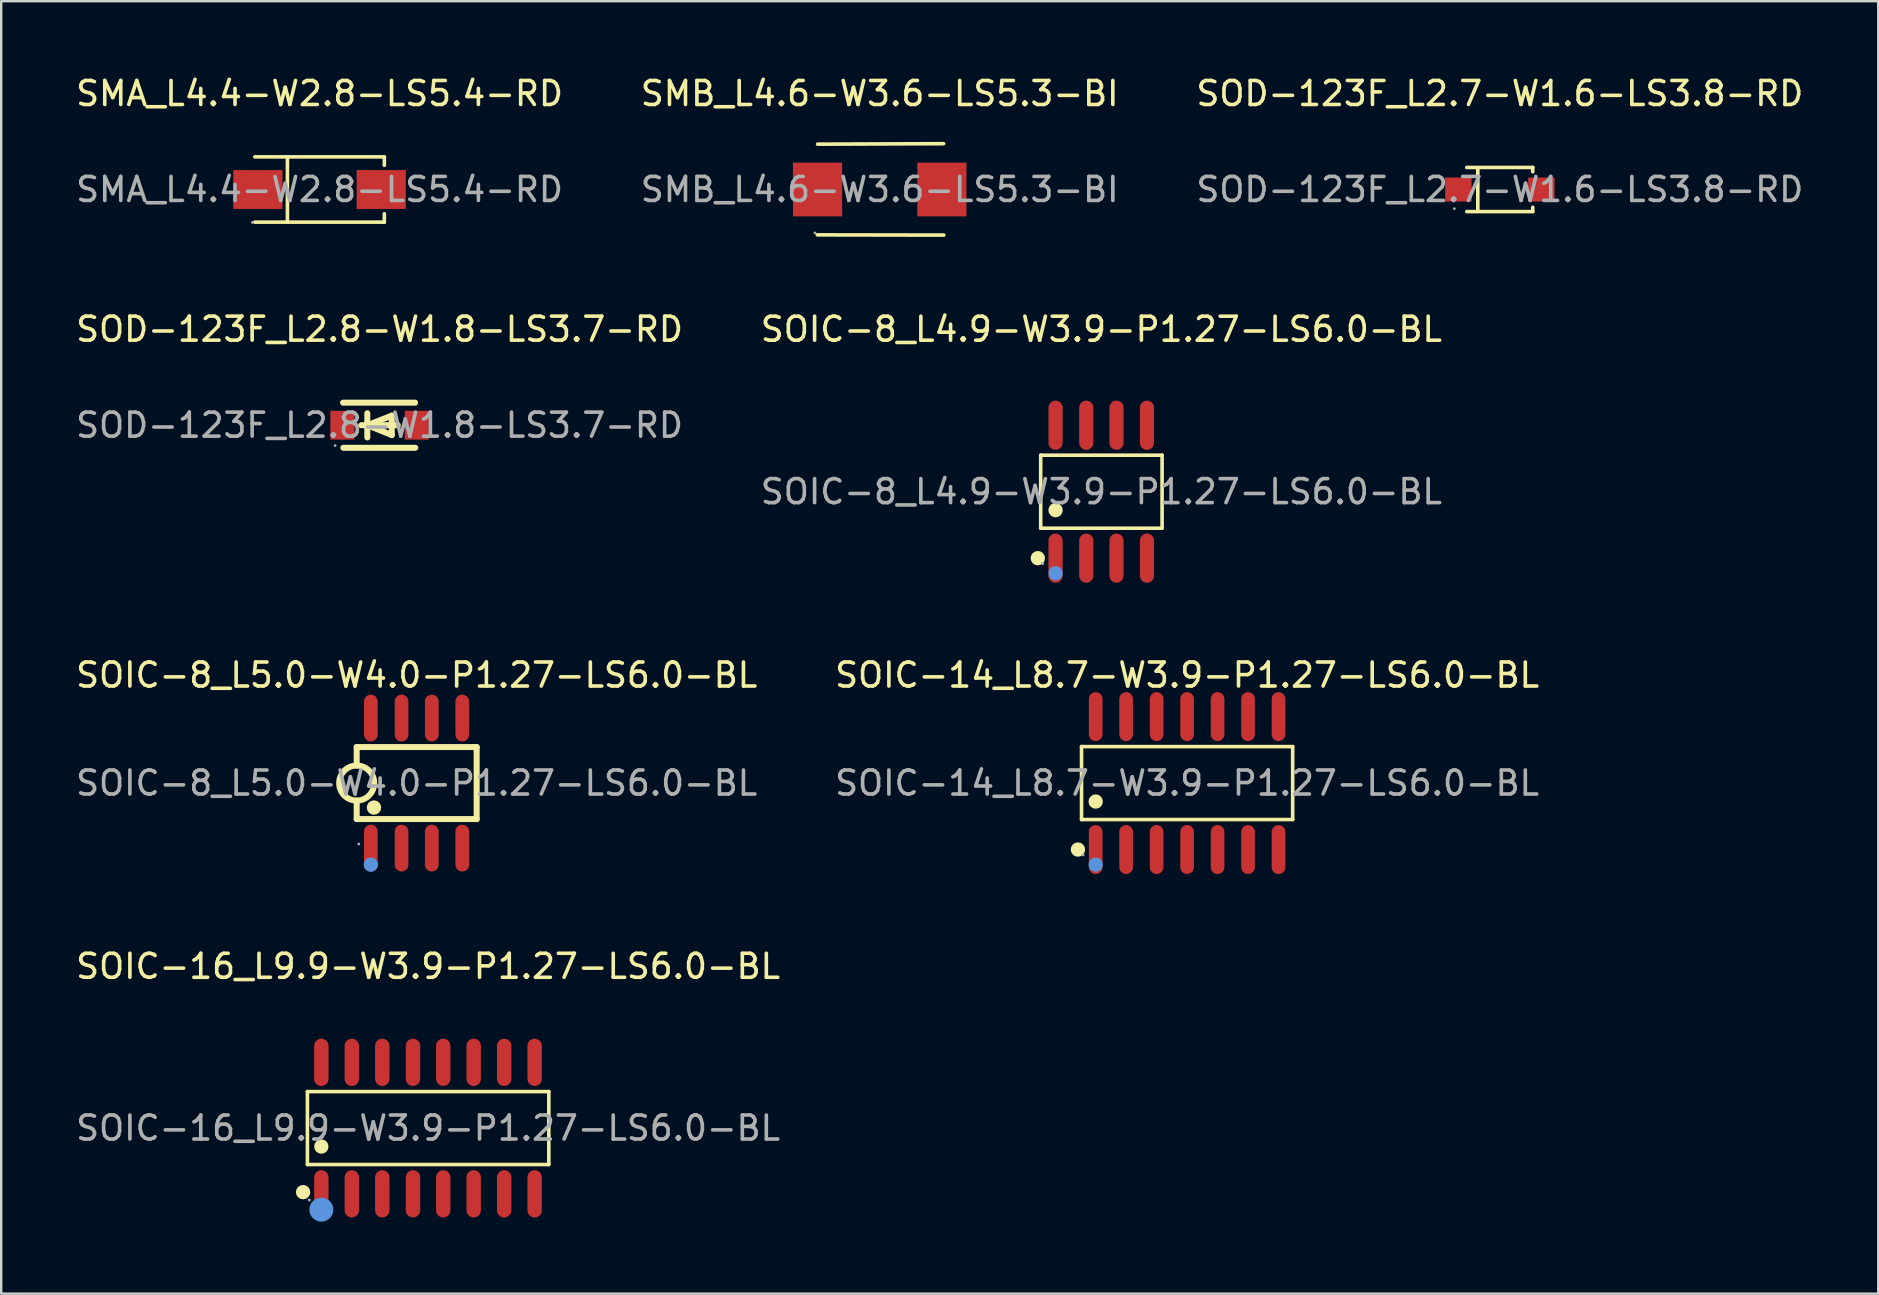
<source format=kicad_pcb>
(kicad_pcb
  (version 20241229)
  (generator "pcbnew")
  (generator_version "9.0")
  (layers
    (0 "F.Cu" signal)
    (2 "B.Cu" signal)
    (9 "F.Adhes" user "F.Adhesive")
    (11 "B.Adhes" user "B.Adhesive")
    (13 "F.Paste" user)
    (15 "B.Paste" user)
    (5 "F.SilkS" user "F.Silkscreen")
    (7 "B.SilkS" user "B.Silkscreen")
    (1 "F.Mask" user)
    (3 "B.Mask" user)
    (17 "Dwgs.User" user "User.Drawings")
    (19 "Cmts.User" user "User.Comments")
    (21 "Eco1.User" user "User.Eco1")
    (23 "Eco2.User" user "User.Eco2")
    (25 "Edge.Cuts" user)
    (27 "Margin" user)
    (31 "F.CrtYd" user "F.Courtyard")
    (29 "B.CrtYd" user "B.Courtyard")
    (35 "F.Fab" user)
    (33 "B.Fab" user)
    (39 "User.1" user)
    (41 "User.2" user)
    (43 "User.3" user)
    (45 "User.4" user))
  (footprint "SOIC-14_L8.7-W3.9-P1.27-LS6.0-BL"
    (layer "F.Cu")
    (at 46.423 29.585)
    (property "Reference" "SOIC-14_L8.7-W3.9-P1.27-LS6.0-BL" (at 0 -4.5 0) (layer "F.SilkS") (effects (font (size 1 1) (thickness 0.15))))
    (attr smd)
    (fp_line (start -4.4 -1.52) (end 4.4 -1.52) (stroke (width 0.15) (type solid)) (layer "F.SilkS"))
    (fp_line (start -4.4 1.52) (end -4.4 -1.52) (stroke (width 0.15) (type solid)) (layer "F.SilkS"))
    (fp_line (start 4.4 -1.52) (end 4.4 1.52) (stroke (width 0.15) (type solid)) (layer "F.SilkS"))
    (fp_line (start 4.4 1.52) (end -4.4 1.52) (stroke (width 0.15) (type solid)) (layer "F.SilkS"))
    (fp_circle (center -4.55 2.77) (end -4.4 2.77) (stroke (width 0.3) (type solid)) (fill no) (layer "F.SilkS"))
    (fp_circle (center -3.81 0.77) (end -3.66 0.77) (stroke (width 0.3) (type solid)) (fill no) (layer "F.SilkS"))
    (fp_circle (center -3.81 3.4) (end -3.66 3.4) (stroke (width 0.3) (type solid)) (fill no) (layer "Cmts.User"))
    (fp_circle (center -4.33 3) (end -4.3 3) (stroke (width 0.06) (type solid)) (fill no) (layer "F.Fab"))
    (fp_text user "${REFERENCE}" (at 0 0 0) (layer "F.Fab") (effects (font (size 1 1) (thickness 0.15))))
    (pad "1" smd oval (at -3.81 2.77) (size 0.57 2.04) (layers "F.Cu" "F.Mask" "F.Paste"))
    (pad "2" smd oval (at -2.54 2.77) (size 0.57 2.04) (layers "F.Cu" "F.Mask" "F.Paste"))
    (pad "3" smd oval (at -1.27 2.77) (size 0.57 2.04) (layers "F.Cu" "F.Mask" "F.Paste"))
    (pad "4" smd oval (at 0 2.77) (size 0.57 2.04) (layers "F.Cu" "F.Mask" "F.Paste"))
    (pad "5" smd oval (at 1.27 2.77) (size 0.57 2.04) (layers "F.Cu" "F.Mask" "F.Paste"))
    (pad "6" smd oval (at 2.54 2.77) (size 0.57 2.04) (layers "F.Cu" "F.Mask" "F.Paste"))
    (pad "7" smd oval (at 3.81 2.77) (size 0.57 2.04) (layers "F.Cu" "F.Mask" "F.Paste"))
    (pad "8" smd oval (at 3.81 -2.77) (size 0.57 2.04) (layers "F.Cu" "F.Mask" "F.Paste"))
    (pad "9" smd oval (at 2.54 -2.77) (size 0.57 2.04) (layers "F.Cu" "F.Mask" "F.Paste"))
    (pad "10" smd oval (at 1.27 -2.77) (size 0.57 2.04) (layers "F.Cu" "F.Mask" "F.Paste"))
    (pad "11" smd oval (at 0 -2.77) (size 0.57 2.04) (layers "F.Cu" "F.Mask" "F.Paste"))
    (pad "12" smd oval (at -1.27 -2.77) (size 0.57 2.04) (layers "F.Cu" "F.Mask" "F.Paste"))
    (pad "13" smd oval (at -2.54 -2.77) (size 0.57 2.04) (layers "F.Cu" "F.Mask" "F.Paste"))
    (pad "14" smd oval (at -3.81 -2.77) (size 0.57 2.04) (layers "F.Cu" "F.Mask" "F.Paste")))
  (footprint "SOD-123F_L2.8-W1.8-LS3.7-RD"
    (layer "F.Cu")
    (at 12.768 14.671)
    (property "Reference" "SOD-123F_L2.8-W1.8-LS3.7-RD" (at 0 -4 0) (layer "F.SilkS") (effects (font (size 1 1) (thickness 0.15))))
    (attr smd)
    (fp_line (start -1.52 -0.94) (end 1.48 -0.94) (stroke (width 0.25) (type solid)) (layer "F.SilkS"))
    (fp_line (start -1.51 0.94) (end 1.49 0.94) (stroke (width 0.25) (type solid)) (layer "F.SilkS"))
    (fp_line (start -0.76 0) (end 0.76 0) (stroke (width 0.25) (type solid)) (layer "F.SilkS"))
    (fp_line (start -0.51 -0.5) (end -0.51 0.51) (stroke (width 0.25) (type solid)) (layer "F.SilkS"))
    (fp_line (start -0.51 0) (end 0.51 -0.4) (stroke (width 0.25) (type solid)) (layer "F.SilkS"))
    (fp_line (start 0.51 -0.4) (end 0.51 0.41) (stroke (width 0.25) (type solid)) (layer "F.SilkS"))
    (fp_line (start 0.51 0.41) (end -0.51 0) (stroke (width 0.25) (type solid)) (layer "F.SilkS"))
    (fp_circle (center -1.85 0.85) (end -1.82 0.85) (stroke (width 0.06) (type solid)) (fill no) (layer "F.Fab"))
    (fp_text user "${REFERENCE}" (at 0 0 0) (layer "F.Fab") (effects (font (size 1 1) (thickness 0.15))))
    (pad "1" smd rect (at -1.55 0) (size 1 1.2) (layers "F.Cu" "F.Mask" "F.Paste"))
    (pad "2" smd rect (at 1.55 0) (size 1 1.2) (layers "F.Cu" "F.Mask" "F.Paste")))
  (footprint "SOD-123F_L2.7-W1.6-LS3.8-RD"
    (layer "F.Cu")
    (at 59.458 4.848)
    (property "Reference" "SOD-123F_L2.7-W1.6-LS3.8-RD" (at 0 -4 0) (layer "F.SilkS") (effects (font (size 1 1) (thickness 0.15))))
    (attr smd)
    (fp_line (start -1.38 -0.92) (end 1.37 -0.92) (stroke (width 0.15) (type solid)) (layer "F.SilkS"))
    (fp_line (start -1.38 0.92) (end 1.37 0.92) (stroke (width 0.15) (type solid)) (layer "F.SilkS"))
    (fp_line (start -0.92 -0.88) (end -0.92 0.88) (stroke (width 0.15) (type solid)) (layer "F.SilkS"))
    (fp_line (start 1.37 -0.92) (end 1.37 -0.74) (stroke (width 0.15) (type solid)) (layer "F.SilkS"))
    (fp_line (start 1.37 0.92) (end 1.37 0.74) (stroke (width 0.15) (type solid)) (layer "F.SilkS"))
    (fp_circle (center -1.9 0.8) (end -1.87 0.8) (stroke (width 0.06) (type solid)) (fill no) (layer "F.Fab"))
    (fp_text user "${REFERENCE}" (at 0 0 0) (layer "F.Fab") (effects (font (size 1 1) (thickness 0.15))))
    (pad "1" smd rect (at -1.73 0) (size 1.1 1) (layers "F.Cu" "F.Mask" "F.Paste"))
    (pad "2" smd rect (at 1.73 0) (size 1.1 1) (layers "F.Cu" "F.Mask" "F.Paste")))
  (footprint "SOIC-8_L4.9-W3.9-P1.27-LS6.0-BL"
    (layer "F.Cu")
    (at 42.851 17.442)
    (property "Reference" "SOIC-8_L4.9-W3.9-P1.27-LS6.0-BL" (at 0 -6.77 0) (layer "F.SilkS") (effects (font (size 1 1) (thickness 0.15))))
    (attr smd)
    (fp_line (start -2.53 -1.52) (end 2.53 -1.52) (stroke (width 0.15) (type solid)) (layer "F.SilkS"))
    (fp_line (start -2.53 1.52) (end -2.53 -1.52) (stroke (width 0.15) (type solid)) (layer "F.SilkS"))
    (fp_line (start 2.53 -1.52) (end 2.53 1.52) (stroke (width 0.15) (type solid)) (layer "F.SilkS"))
    (fp_line (start 2.53 1.52) (end -2.53 1.52) (stroke (width 0.15) (type solid)) (layer "F.SilkS"))
    (fp_circle (center -2.65 2.77) (end -2.5 2.77) (stroke (width 0.3) (type solid)) (fill no) (layer "F.SilkS"))
    (fp_circle (center -1.91 0.77) (end -1.76 0.77) (stroke (width 0.3) (type solid)) (fill no) (layer "F.SilkS"))
    (fp_circle (center -1.91 3.4) (end -1.76 3.4) (stroke (width 0.3) (type solid)) (fill no) (layer "Cmts.User"))
    (fp_circle (center -2.45 3) (end -2.42 3) (stroke (width 0.06) (type solid)) (fill no) (layer "F.Fab"))
    (fp_text user "${REFERENCE}" (at 0 0 0) (layer "F.Fab") (effects (font (size 1 1) (thickness 0.15))))
    (pad "1" smd oval (at -1.91 2.77) (size 0.59 2.05) (layers "F.Cu" "F.Mask" "F.Paste"))
    (pad "2" smd oval (at -0.63 2.77) (size 0.59 2.05) (layers "F.Cu" "F.Mask" "F.Paste"))
    (pad "3" smd oval (at 0.63 2.77) (size 0.59 2.05) (layers "F.Cu" "F.Mask" "F.Paste"))
    (pad "4" smd oval (at 1.9 2.77) (size 0.59 2.05) (layers "F.Cu" "F.Mask" "F.Paste"))
    (pad "5" smd oval (at 1.9 -2.77) (size 0.59 2.05) (layers "F.Cu" "F.Mask" "F.Paste"))
    (pad "6" smd oval (at 0.63 -2.77) (size 0.59 2.05) (layers "F.Cu" "F.Mask" "F.Paste"))
    (pad "7" smd oval (at -0.63 -2.77) (size 0.59 2.05) (layers "F.Cu" "F.Mask" "F.Paste"))
    (pad "8" smd oval (at -1.91 -2.77) (size 0.59 2.05) (layers "F.Cu" "F.Mask" "F.Paste")))
  (footprint "SMA_L4.4-W2.8-LS5.4-RD"
    (layer "F.Cu")
    (at 10.268 4.848)
    (property "Reference" "SMA_L4.4-W2.8-LS5.4-RD" (at 0 -4 0) (layer "F.SilkS") (effects (font (size 1 1) (thickness 0.15))))
    (attr smd)
    (fp_line (start -2.7 -1.36) (end 2.7 -1.36) (stroke (width 0.15) (type solid)) (layer "F.SilkS"))
    (fp_line (start -2.7 1.36) (end 2.7 1.36) (stroke (width 0.15) (type solid)) (layer "F.SilkS"))
    (fp_line (start -1.34 -1.36) (end -1.34 1.36) (stroke (width 0.15) (type solid)) (layer "F.SilkS"))
    (fp_line (start 2.7 -1.36) (end 2.7 -1.01) (stroke (width 0.15) (type solid)) (layer "F.SilkS"))
    (fp_line (start 2.7 1.36) (end 2.7 1.01) (stroke (width 0.15) (type solid)) (layer "F.SilkS"))
    (fp_circle (center -2.8 1.37) (end -2.77 1.37) (stroke (width 0.06) (type solid)) (fill no) (layer "F.Fab"))
    (fp_text user "${REFERENCE}" (at 0 0 0) (layer "F.Fab") (effects (font (size 1 1) (thickness 0.15))))
    (pad "1" smd rect (at -2.57 0) (size 2.05 1.62) (layers "F.Cu" "F.Mask" "F.Paste"))
    (pad "2" smd rect (at 2.57 0) (size 2.05 1.62) (layers "F.Cu" "F.Mask" "F.Paste")))
  (footprint "SOIC-16_L9.9-W3.9-P1.27-LS6.0-BL"
    (layer "F.Cu")
    (at 14.792 43.963)
    (property "Reference" "SOIC-16_L9.9-W3.9-P1.27-LS6.0-BL" (at 0 -6.74 0) (layer "F.SilkS") (effects (font (size 1 1) (thickness 0.15))))
    (attr smd)
    (fp_line (start -5.03 -1.52) (end 5.03 -1.52) (stroke (width 0.15) (type solid)) (layer "F.SilkS"))
    (fp_line (start -5.03 1.52) (end -5.03 -1.52) (stroke (width 0.15) (type solid)) (layer "F.SilkS"))
    (fp_line (start 5.03 -1.52) (end 5.03 1.52) (stroke (width 0.15) (type solid)) (layer "F.SilkS"))
    (fp_line (start 5.03 1.52) (end -5.03 1.52) (stroke (width 0.15) (type solid)) (layer "F.SilkS"))
    (fp_circle (center -5.21 2.67) (end -5.06 2.67) (stroke (width 0.3) (type solid)) (fill no) (layer "F.SilkS"))
    (fp_circle (center -4.45 0.77) (end -4.3 0.77) (stroke (width 0.3) (type solid)) (fill no) (layer "F.SilkS"))
    (fp_circle (center -4.45 3.4) (end -4.2 3.4) (stroke (width 0.5) (type solid)) (fill no) (layer "Cmts.User"))
    (fp_circle (center -4.95 3) (end -4.92 3) (stroke (width 0.06) (type solid)) (fill no) (layer "F.Fab"))
    (fp_text user "${REFERENCE}" (at 0 0 0) (layer "F.Fab") (effects (font (size 1 1) (thickness 0.15))))
    (pad "1" smd oval (at -4.45 2.74) (size 0.6 1.97) (layers "F.Cu" "F.Mask" "F.Paste"))
    (pad "2" smd oval (at -3.18 2.74) (size 0.6 1.97) (layers "F.Cu" "F.Mask" "F.Paste"))
    (pad "3" smd oval (at -1.91 2.74) (size 0.6 1.97) (layers "F.Cu" "F.Mask" "F.Paste"))
    (pad "4" smd oval (at -0.63 2.74) (size 0.6 1.97) (layers "F.Cu" "F.Mask" "F.Paste"))
    (pad "5" smd oval (at 0.63 2.74) (size 0.6 1.97) (layers "F.Cu" "F.Mask" "F.Paste"))
    (pad "6" smd oval (at 1.9 2.74) (size 0.6 1.97) (layers "F.Cu" "F.Mask" "F.Paste"))
    (pad "7" smd oval (at 3.17 2.74) (size 0.6 1.97) (layers "F.Cu" "F.Mask" "F.Paste"))
    (pad "8" smd oval (at 4.44 2.74) (size 0.6 1.97) (layers "F.Cu" "F.Mask" "F.Paste"))
    (pad "9" smd oval (at 4.44 -2.74) (size 0.6 1.97) (layers "F.Cu" "F.Mask" "F.Paste"))
    (pad "10" smd oval (at 3.17 -2.74) (size 0.6 1.97) (layers "F.Cu" "F.Mask" "F.Paste"))
    (pad "11" smd oval (at 1.9 -2.74) (size 0.6 1.97) (layers "F.Cu" "F.Mask" "F.Paste"))
    (pad "12" smd oval (at 0.63 -2.74) (size 0.6 1.97) (layers "F.Cu" "F.Mask" "F.Paste"))
    (pad "13" smd oval (at -0.63 -2.74) (size 0.6 1.97) (layers "F.Cu" "F.Mask" "F.Paste"))
    (pad "14" smd oval (at -1.91 -2.74) (size 0.6 1.97) (layers "F.Cu" "F.Mask" "F.Paste"))
    (pad "15" smd oval (at -3.18 -2.74) (size 0.6 1.97) (layers "F.Cu" "F.Mask" "F.Paste"))
    (pad "16" smd oval (at -4.45 -2.74) (size 0.6 1.97) (layers "F.Cu" "F.Mask" "F.Paste")))
  (footprint "SMB_L4.6-W3.6-LS5.3-BI"
    (layer "F.Cu")
    (at 33.613 4.848)
    (property "Reference" "SMB_L4.6-W3.6-LS5.3-BI" (at 0 -4 0) (layer "F.SilkS") (effects (font (size 1 1) (thickness 0.15))))
    (attr smd)
    (fp_line (start 2.66 -1.91) (end -2.59 -1.89) (stroke (width 0.15) (type solid)) (layer "F.SilkS"))
    (fp_line (start 2.67 1.9) (end -2.6 1.89) (stroke (width 0.15) (type solid)) (layer "F.SilkS"))
    (fp_circle (center -2.7 1.81) (end -2.67 1.81) (stroke (width 0.06) (type solid)) (fill no) (layer "F.Fab"))
    (fp_text user "${REFERENCE}" (at 0 0 0) (layer "F.Fab") (effects (font (size 1 1) (thickness 0.15))))
    (pad "1" smd rect (at -2.59 0) (size 2.05 2.24) (layers "F.Cu" "F.Mask" "F.Paste"))
    (pad "2" smd rect (at 2.59 0) (size 2.05 2.24) (layers "F.Cu" "F.Mask" "F.Paste")))
  (footprint "SOIC-8_L5.0-W4.0-P1.27-LS6.0-BL"
    (layer "F.Cu")
    (at 14.315 29.585)
    (property "Reference" "SOIC-8_L5.0-W4.0-P1.27-LS6.0-BL" (at 0 -4.5 0) (layer "F.SilkS") (effects (font (size 1 1) (thickness 0.15))))
    (attr smd)
    (fp_line (start -2.5 -1.5) (end -2.5 -0.73) (stroke (width 0.25) (type solid)) (layer "F.SilkS"))
    (fp_line (start -2.5 -1.5) (end 2.5 -1.5) (stroke (width 0.25) (type solid)) (layer "F.SilkS"))
    (fp_line (start -2.5 1.5) (end -2.5 0.73) (stroke (width 0.25) (type solid)) (layer "F.SilkS"))
    (fp_line (start -2.5 1.5) (end 2.5 1.5) (stroke (width 0.25) (type solid)) (layer "F.SilkS"))
    (fp_line (start 2.5 -1.5) (end 2.5 1.5) (stroke (width 0.25) (type solid)) (layer "F.SilkS"))
    (fp_arc (start -2.48726 -0.729889) (mid -2.50637 0.729972) (end -2.5 -0.73) (stroke (width 0.25) (type solid)) (layer "F.SilkS"))
    (fp_circle (center -1.78 1.02) (end -1.63 1.02) (stroke (width 0.3) (type solid)) (fill no) (layer "F.SilkS"))
    (fp_circle (center -1.91 3.4) (end -1.76 3.4) (stroke (width 0.3) (type solid)) (fill no) (layer "Cmts.User"))
    (fp_circle (center -2.41 2.54) (end -2.38 2.54) (stroke (width 0.06) (type solid)) (fill no) (layer "F.Fab"))
    (fp_text user "${REFERENCE}" (at 0 0 0) (layer "F.Fab") (effects (font (size 1 1) (thickness 0.15))))
    (pad "1" smd oval (at -1.91 2.71) (size 0.57 1.95) (layers "F.Cu" "F.Mask" "F.Paste"))
    (pad "2" smd oval (at -0.63 2.71) (size 0.57 1.95) (layers "F.Cu" "F.Mask" "F.Paste"))
    (pad "3" smd oval (at 0.63 2.71) (size 0.57 1.95) (layers "F.Cu" "F.Mask" "F.Paste"))
    (pad "4" smd oval (at 1.9 2.71) (size 0.57 1.95) (layers "F.Cu" "F.Mask" "F.Paste"))
    (pad "5" smd oval (at 1.9 -2.71) (size 0.57 1.95) (layers "F.Cu" "F.Mask" "F.Paste"))
    (pad "6" smd oval (at 0.63 -2.71) (size 0.57 1.95) (layers "F.Cu" "F.Mask" "F.Paste"))
    (pad "7" smd oval (at -0.63 -2.71) (size 0.57 1.95) (layers "F.Cu" "F.Mask" "F.Paste"))
    (pad "8" smd oval (at -1.91 -2.71) (size 0.57 1.95) (layers "F.Cu" "F.Mask" "F.Paste")))
  (gr_rect
    (start -3 -3)
    (end 75.226 50.863)
    (stroke (width 0.1) (type default))
    (fill no)
    (layer "Edge.Cuts")))
</source>
